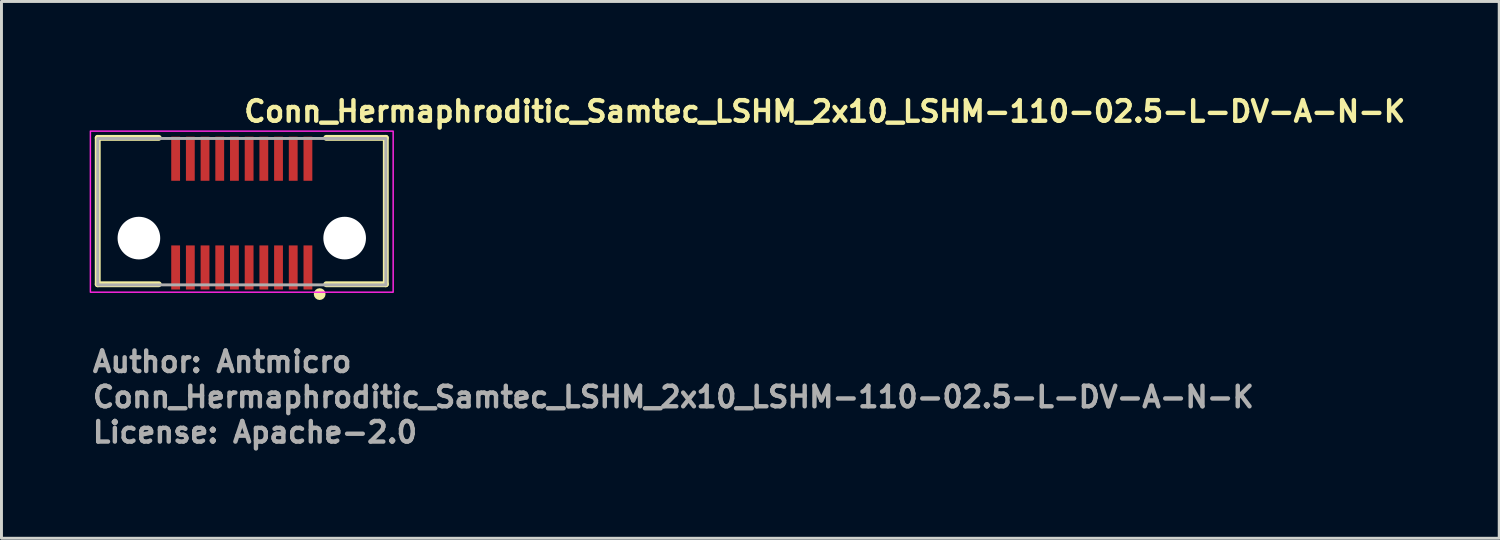
<source format=kicad_pcb>
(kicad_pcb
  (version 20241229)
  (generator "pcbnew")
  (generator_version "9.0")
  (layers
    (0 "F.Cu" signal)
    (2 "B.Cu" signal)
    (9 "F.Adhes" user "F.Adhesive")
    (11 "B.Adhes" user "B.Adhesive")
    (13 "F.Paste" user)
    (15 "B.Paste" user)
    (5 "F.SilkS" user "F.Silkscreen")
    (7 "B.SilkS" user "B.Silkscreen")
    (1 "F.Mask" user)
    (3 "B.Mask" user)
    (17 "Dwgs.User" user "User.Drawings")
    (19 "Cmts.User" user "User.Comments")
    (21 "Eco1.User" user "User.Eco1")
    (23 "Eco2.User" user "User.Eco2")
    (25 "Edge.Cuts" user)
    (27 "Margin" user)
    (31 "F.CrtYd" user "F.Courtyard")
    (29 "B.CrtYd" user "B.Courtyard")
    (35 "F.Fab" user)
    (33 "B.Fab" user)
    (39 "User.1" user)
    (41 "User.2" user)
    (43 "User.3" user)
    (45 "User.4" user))
  (footprint "Conn_Hermaphroditic_Samtec_LSHM_2x10_LSHM-110-02.5-L-DV-A-N-K"
    (layer "F.Cu")
    (at 5.175 4.15)
    (property "Reference" "Conn_Hermaphroditic_Samtec_LSHM_2x10_LSHM-110-02.5-L-DV-A-N-K" (at 0 -3 0) (layer "F.SilkS") (effects (font (size 0.7 0.7) (thickness 0.15)) (justify left bottom)))
    (attr smd)
    (fp_line (start -4.9 -2.51) (end -4.9 2.47) (stroke (width 0.2) (type solid)) (layer "F.SilkS"))
    (fp_line (start -4.9 -2.51) (end -2.825 -2.51) (stroke (width 0.2) (type solid)) (layer "F.SilkS"))
    (fp_line (start -4.9 2.47) (end -2.825 2.47) (stroke (width 0.2) (type solid)) (layer "F.SilkS"))
    (fp_line (start 2.875 -2.51) (end 4.9 -2.51) (stroke (width 0.2) (type solid)) (layer "F.SilkS"))
    (fp_line (start 2.875 2.47) (end 4.9 2.47) (stroke (width 0.2) (type solid)) (layer "F.SilkS"))
    (fp_line (start 4.9 2.47) (end 4.9 -2.51) (stroke (width 0.2) (type solid)) (layer "F.SilkS"))
    (fp_circle (center 2.65 2.805) (end 2.75 2.805) (stroke (width 0.2) (type solid)) (fill no) (layer "F.SilkS"))
    (fp_rect (start -5.15 -2.74) (end 5.15 2.74) (stroke (width 0.05) (type solid)) (fill no) (layer "F.CrtYd"))
    (fp_rect (start -4.9 -2.49) (end 4.9 2.49) (stroke (width 0.1) (type solid)) (fill no) (layer "F.Fab"))
    (fp_rect (start -4.9 -2.49) (end 4.9 2.49) (stroke (width 0.1) (type solid)) (fill no) (layer "User.5"))
    (fp_line (start -4.9 -1.44) (end -4.9 -1.84) (stroke (width 0.02) (type solid)) (layer "User.9"))
    (fp_line (start -4.9 1.84) (end -4.9 1.44) (stroke (width 0.02) (type solid)) (layer "User.9"))
    (fp_line (start -4.9 1.84) (end -4.849 1.84) (stroke (width 0.02) (type solid)) (layer "User.9"))
    (fp_line (start -4.849 -1.84) (end -4.9 -1.84) (stroke (width 0.02) (type solid)) (layer "User.9"))
    (fp_line (start -4.849 -1.84) (end -4.849 -0.1) (stroke (width 0.02) (type solid)) (layer "User.9"))
    (fp_line (start -4.849 -1.44) (end -4.9 -1.44) (stroke (width 0.02) (type solid)) (layer "User.9"))
    (fp_line (start -4.849 -0.1) (end -4.5 -0.1) (stroke (width 0.02) (type solid)) (layer "User.9"))
    (fp_line (start -4.849 1.44) (end -4.9 1.44) (stroke (width 0.02) (type solid)) (layer "User.9"))
    (fp_line (start -4.849 1.44) (end -4.849 -0.1) (stroke (width 0.02) (type solid)) (layer "User.9"))
    (fp_line (start -4.7 -0.1) (end -4.7 1.99) (stroke (width 0.02) (type solid)) (layer "User.9"))
    (fp_line (start -4.7 1.99) (end -4.849 1.84) (stroke (width 0.02) (type solid)) (layer "User.9"))
    (fp_line (start -4.7 1.99) (end -4.6 2.09) (stroke (width 0.02) (type solid)) (layer "User.9"))
    (fp_line (start -4.6 2.09) (end -4.45 2.24) (stroke (width 0.02) (type solid)) (layer "User.9"))
    (fp_line (start -4.5 -0.1) (end -4.35 -0.25) (stroke (width 0.02) (type solid)) (layer "User.9"))
    (fp_line (start -4.45 -2.34) (end -4.45 -2.24) (stroke (width 0.02) (type solid)) (layer "User.9"))
    (fp_line (start -4.45 -2.24) (end -4.849 -1.84) (stroke (width 0.02) (type solid)) (layer "User.9"))
    (fp_line (start -4.45 2.24) (end -4.45 2.34) (stroke (width 0.02) (type solid)) (layer "User.9"))
    (fp_line (start -4.45 2.34) (end -4.25 2.34) (stroke (width 0.02) (type solid)) (layer "User.9"))
    (fp_line (start -4.35 -0.9) (end -3.865 -0.9) (stroke (width 0.02) (type solid)) (layer "User.9"))
    (fp_line (start -4.35 -0.25) (end -4.35 -0.9) (stroke (width 0.02) (type solid)) (layer "User.9"))
    (fp_line (start -4.3 0.15) (end -4.3 0.8) (stroke (width 0.02) (type solid)) (layer "User.9"))
    (fp_line (start -4.3 0.8) (end -3.825 0.8) (stroke (width 0.02) (type solid)) (layer "User.9"))
    (fp_line (start -4.25 2.09) (end -4.6 2.09) (stroke (width 0.02) (type solid)) (layer "User.9"))
    (fp_line (start -4.25 2.09) (end -4.25 2.39) (stroke (width 0.02) (type solid)) (layer "User.9"))
    (fp_line (start -4.15 0) (end -4.3 0.15) (stroke (width 0.02) (type solid)) (layer "User.9"))
    (fp_line (start -4.049 -2.34) (end -4.45 -2.34) (stroke (width 0.02) (type solid)) (layer "User.9"))
    (fp_line (start -4.049 -2.34) (end -4.049 -2.24) (stroke (width 0.02) (type solid)) (layer "User.9"))
    (fp_line (start -3.865 -1.5) (end -3.035 -1.5) (stroke (width 0.02) (type solid)) (layer "User.9"))
    (fp_line (start -3.865 -0.9) (end -3.865 -1.5) (stroke (width 0.02) (type solid)) (layer "User.9"))
    (fp_line (start -3.85 2.09) (end -4.25 2.09) (stroke (width 0.02) (type solid)) (layer "User.9"))
    (fp_line (start -3.85 2.09) (end -3.85 2.39) (stroke (width 0.02) (type solid)) (layer "User.9"))
    (fp_line (start -3.85 2.39) (end -4.25 2.39) (stroke (width 0.02) (type solid)) (layer "User.9"))
    (fp_line (start -3.825 0.8) (end -3.825 1.399) (stroke (width 0.02) (type solid)) (layer "User.9"))
    (fp_line (start -3.825 1.399) (end -3.075 1.399) (stroke (width 0.02) (type solid)) (layer "User.9"))
    (fp_line (start -3.4 -2.24) (end -3.4 -2.49) (stroke (width 0.02) (type solid)) (layer "User.9"))
    (fp_line (start -3.4 2.49) (end -3.4 2.24) (stroke (width 0.02) (type solid)) (layer "User.9"))
    (fp_line (start -3.2 -2.49) (end -3.4 -2.49) (stroke (width 0.02) (type solid)) (layer "User.9"))
    (fp_line (start -3.2 -2.24) (end -3.2 -2.49) (stroke (width 0.02) (type solid)) (layer "User.9"))
    (fp_line (start -3.2 2.49) (end -3.4 2.49) (stroke (width 0.02) (type solid)) (layer "User.9"))
    (fp_line (start -3.2 2.49) (end -3.2 2.24) (stroke (width 0.02) (type solid)) (layer "User.9"))
    (fp_line (start -3.075 0.8) (end -2.7 0.8) (stroke (width 0.02) (type solid)) (layer "User.9"))
    (fp_line (start -3.075 1.399) (end -3.075 0.8) (stroke (width 0.02) (type solid)) (layer "User.9"))
    (fp_line (start -3.035 -1.5) (end -3.035 -0.9) (stroke (width 0.02) (type solid)) (layer "User.9"))
    (fp_line (start -3.035 -0.9) (end -2.384 -0.9) (stroke (width 0.02) (type solid)) (layer "User.9"))
    (fp_line (start -2.7 -2.49) (end -3.2 -2.49) (stroke (width 0.02) (type solid)) (layer "User.9"))
    (fp_line (start -2.7 -2.24) (end -2.7 -2.49) (stroke (width 0.02) (type solid)) (layer "User.9"))
    (fp_line (start -2.7 0.54) (end -2.7 0.8) (stroke (width 0.02) (type solid)) (layer "User.9"))
    (fp_line (start -2.7 2.49) (end -3.2 2.49) (stroke (width 0.02) (type solid)) (layer "User.9"))
    (fp_line (start -2.7 2.49) (end -2.7 2.24) (stroke (width 0.02) (type solid)) (layer "User.9"))
    (fp_line (start -2.384 -1.45) (end -2.384 -0.9) (stroke (width 0.02) (type solid)) (layer "User.9"))
    (fp_line (start -2.384 -0.9) (end -2.384 -0.65) (stroke (width 0.02) (type solid)) (layer "User.9"))
    (fp_line (start -2.384 -0.9) (end -2.35 -0.9) (stroke (width 0.02) (type solid)) (layer "User.9"))
    (fp_line (start -2.384 -0.65) (end -2.115 -0.65) (stroke (width 0.02) (type solid)) (layer "User.9"))
    (fp_line (start -2.384 0.545) (end -2.115 0.545) (stroke (width 0.02) (type solid)) (layer "User.9"))
    (fp_line (start -2.384 0.8) (end -2.7 0.8) (stroke (width 0.02) (type solid)) (layer "User.9"))
    (fp_line (start -2.384 0.8) (end -2.384 0.545) (stroke (width 0.02) (type solid)) (layer "User.9"))
    (fp_line (start -2.384 0.8) (end -2.384 1.25) (stroke (width 0.02) (type solid)) (layer "User.9"))
    (fp_line (start -2.384 0.8) (end -2.35 0.8) (stroke (width 0.02) (type solid)) (layer "User.9"))
    (fp_line (start -2.384 1.25) (end -2.35 1.25) (stroke (width 0.02) (type solid)) (layer "User.9"))
    (fp_line (start -2.35 -2.3) (end -2.35 -2.25) (stroke (width 0.02) (type solid)) (layer "User.9"))
    (fp_line (start -2.35 -2.25) (end -2.35 -2.24) (stroke (width 0.02) (type solid)) (layer "User.9"))
    (fp_line (start -2.35 -1.17) (end -2.35 -0.814) (stroke (width 0.02) (type solid)) (layer "User.9"))
    (fp_line (start -2.35 -0.814) (end -2.35 -0.67) (stroke (width 0.02) (type solid)) (layer "User.9"))
    (fp_line (start -2.35 -0.67) (end -2.35 -0.65) (stroke (width 0.02) (type solid)) (layer "User.9"))
    (fp_line (start -2.35 0.545) (end -2.35 0.722) (stroke (width 0.02) (type solid)) (layer "User.9"))
    (fp_line (start -2.35 0.722) (end -2.35 0.87) (stroke (width 0.02) (type solid)) (layer "User.9"))
    (fp_line (start -2.35 0.87) (end -2.35 1.2) (stroke (width 0.02) (type solid)) (layer "User.9"))
    (fp_line (start -2.35 1.2) (end -2.35 1.3) (stroke (width 0.02) (type solid)) (layer "User.9"))
    (fp_line (start -2.35 2.24) (end -2.35 2.25) (stroke (width 0.02) (type solid)) (layer "User.9"))
    (fp_line (start -2.35 2.25) (end -2.35 2.3) (stroke (width 0.02) (type solid)) (layer "User.9"))
    (fp_line (start -2.15 -2.3) (end -2.35 -2.3) (stroke (width 0.02) (type solid)) (layer "User.9"))
    (fp_line (start -2.15 -2.25) (end -2.15 -2.3) (stroke (width 0.02) (type solid)) (layer "User.9"))
    (fp_line (start -2.15 -2.24) (end -2.15 -2.25) (stroke (width 0.02) (type solid)) (layer "User.9"))
    (fp_line (start -2.15 -1.17) (end -2.35 -1.17) (stroke (width 0.02) (type solid)) (layer "User.9"))
    (fp_line (start -2.15 -0.9) (end -2.115 -0.9) (stroke (width 0.02) (type solid)) (layer "User.9"))
    (fp_line (start -2.15 -0.814) (end -2.35 -0.814) (stroke (width 0.02) (type solid)) (layer "User.9"))
    (fp_line (start -2.15 -0.814) (end -2.15 -1.17) (stroke (width 0.02) (type solid)) (layer "User.9"))
    (fp_line (start -2.15 -0.67) (end -2.35 -0.67) (stroke (width 0.02) (type solid)) (layer "User.9"))
    (fp_line (start -2.15 -0.67) (end -2.15 -0.814) (stroke (width 0.02) (type solid)) (layer "User.9"))
    (fp_line (start -2.15 -0.65) (end -2.15 -0.67) (stroke (width 0.02) (type solid)) (layer "User.9"))
    (fp_line (start -2.15 0.545) (end -2.15 0.722) (stroke (width 0.02) (type solid)) (layer "User.9"))
    (fp_line (start -2.15 0.722) (end -2.35 0.722) (stroke (width 0.02) (type solid)) (layer "User.9"))
    (fp_line (start -2.15 0.722) (end -2.15 0.87) (stroke (width 0.02) (type solid)) (layer "User.9"))
    (fp_line (start -2.15 0.8) (end -2.115 0.8) (stroke (width 0.02) (type solid)) (layer "User.9"))
    (fp_line (start -2.15 0.87) (end -2.35 0.87) (stroke (width 0.02) (type solid)) (layer "User.9"))
    (fp_line (start -2.15 0.87) (end -2.15 1.2) (stroke (width 0.02) (type solid)) (layer "User.9"))
    (fp_line (start -2.15 1.2) (end -2.15 1.3) (stroke (width 0.02) (type solid)) (layer "User.9"))
    (fp_line (start -2.15 1.25) (end -2.115 1.25) (stroke (width 0.02) (type solid)) (layer "User.9"))
    (fp_line (start -2.15 2.24) (end -2.15 2.25) (stroke (width 0.02) (type solid)) (layer "User.9"))
    (fp_line (start -2.15 2.25) (end -2.15 2.3) (stroke (width 0.02) (type solid)) (layer "User.9"))
    (fp_line (start -2.15 2.3) (end -2.35 2.3) (stroke (width 0.02) (type solid)) (layer "User.9"))
    (fp_line (start -2.115 -1.45) (end -2.384 -1.45) (stroke (width 0.02) (type solid)) (layer "User.9"))
    (fp_line (start -2.115 -0.9) (end -2.115 -1.45) (stroke (width 0.02) (type solid)) (layer "User.9"))
    (fp_line (start -2.115 -0.9) (end -1.885 -0.9) (stroke (width 0.02) (type solid)) (layer "User.9"))
    (fp_line (start -2.115 -0.65) (end -2.115 -0.9) (stroke (width 0.02) (type solid)) (layer "User.9"))
    (fp_line (start -2.115 0.545) (end -2.115 0.8) (stroke (width 0.02) (type solid)) (layer "User.9"))
    (fp_line (start -2.115 1.25) (end -2.115 0.8) (stroke (width 0.02) (type solid)) (layer "User.9"))
    (fp_line (start -2 -2.24) (end -4.45 -2.24) (stroke (width 0.02) (type solid)) (layer "User.9"))
    (fp_line (start -2 -2.24) (end -2 -1.96) (stroke (width 0.02) (type solid)) (layer "User.9"))
    (fp_line (start -2 -1.96) (end -0.5 -1.96) (stroke (width 0.02) (type solid)) (layer "User.9"))
    (fp_line (start -2 0) (end -4.15 0) (stroke (width 0.02) (type solid)) (layer "User.9"))
    (fp_line (start -2 0) (end -2 0.2) (stroke (width 0.02) (type solid)) (layer "User.9"))
    (fp_line (start -2 0.2) (end -1.732 0.2) (stroke (width 0.02) (type solid)) (layer "User.9"))
    (fp_line (start -2 1.96) (end -2 2.09) (stroke (width 0.02) (type solid)) (layer "User.9"))
    (fp_line (start -2 2.09) (end -3.85 2.09) (stroke (width 0.02) (type solid)) (layer "User.9"))
    (fp_line (start -2 2.24) (end -3.85 2.24) (stroke (width 0.02) (type solid)) (layer "User.9"))
    (fp_line (start -2 2.24) (end -2 2.09) (stroke (width 0.02) (type solid)) (layer "User.9"))
    (fp_line (start -2 2.24) (end -0.5 2.24) (stroke (width 0.02) (type solid)) (layer "User.9"))
    (fp_line (start -1.885 -1.45) (end -1.885 -0.9) (stroke (width 0.02) (type solid)) (layer "User.9"))
    (fp_line (start -1.885 -0.9) (end -1.885 -0.65) (stroke (width 0.02) (type solid)) (layer "User.9"))
    (fp_line (start -1.885 -0.9) (end -1.85 -0.9) (stroke (width 0.02) (type solid)) (layer "User.9"))
    (fp_line (start -1.885 -0.65) (end -1.643 -0.65) (stroke (width 0.02) (type solid)) (layer "User.9"))
    (fp_line (start -1.885 0.545) (end -1.645 0.545) (stroke (width 0.02) (type solid)) (layer "User.9"))
    (fp_line (start -1.885 0.8) (end -2.115 0.8) (stroke (width 0.02) (type solid)) (layer "User.9"))
    (fp_line (start -1.885 0.8) (end -1.885 0.545) (stroke (width 0.02) (type solid)) (layer "User.9"))
    (fp_line (start -1.885 0.8) (end -1.885 1.25) (stroke (width 0.02) (type solid)) (layer "User.9"))
    (fp_line (start -1.885 0.8) (end -1.85 0.8) (stroke (width 0.02) (type solid)) (layer "User.9"))
    (fp_line (start -1.885 1.25) (end -1.85 1.25) (stroke (width 0.02) (type solid)) (layer "User.9"))
    (fp_line (start -1.85 -2.3) (end -1.85 -2.25) (stroke (width 0.02) (type solid)) (layer "User.9"))
    (fp_line (start -1.85 -2.25) (end -1.85 -2.05) (stroke (width 0.02) (type solid)) (layer "User.9"))
    (fp_line (start -1.85 -2) (end -1.85 -2.05) (stroke (width 0.02) (type solid)) (layer "User.9"))
    (fp_line (start -1.85 -1.17) (end -1.85 -0.814) (stroke (width 0.02) (type solid)) (layer "User.9"))
    (fp_line (start -1.85 -0.814) (end -1.85 -0.67) (stroke (width 0.02) (type solid)) (layer "User.9"))
    (fp_line (start -1.85 -0.67) (end -1.85 -0.65) (stroke (width 0.02) (type solid)) (layer "User.9"))
    (fp_line (start -1.85 0.722) (end -1.85 0.545) (stroke (width 0.02) (type solid)) (layer "User.9"))
    (fp_line (start -1.85 0.87) (end -1.85 0.722) (stroke (width 0.02) (type solid)) (layer "User.9"))
    (fp_line (start -1.85 1.2) (end -1.85 0.87) (stroke (width 0.02) (type solid)) (layer "User.9"))
    (fp_line (start -1.85 1.3) (end -1.85 1.2) (stroke (width 0.02) (type solid)) (layer "User.9"))
    (fp_line (start -1.85 2.25) (end -1.85 2.24) (stroke (width 0.02) (type solid)) (layer "User.9"))
    (fp_line (start -1.85 2.3) (end -1.85 2.25) (stroke (width 0.02) (type solid)) (layer "User.9"))
    (fp_line (start -1.75 -0.05) (end -1.75 -0.05) (stroke (width 0.02) (type solid)) (layer "User.9"))
    (fp_line (start -1.75 -0.05) (end -1.747 0.04) (stroke (width 0.02) (type solid)) (layer "User.9"))
    (fp_line (start -1.747 -0.14) (end -1.75 -0.05) (stroke (width 0.02) (type solid)) (layer "User.9"))
    (fp_line (start -1.747 0.04) (end -1.74 0.128) (stroke (width 0.02) (type solid)) (layer "User.9"))
    (fp_line (start -1.74 -0.228) (end -1.747 -0.14) (stroke (width 0.02) (type solid)) (layer "User.9"))
    (fp_line (start -1.74 0.128) (end -1.729 0.216) (stroke (width 0.02) (type solid)) (layer "User.9"))
    (fp_line (start -1.729 -0.316) (end -1.74 -0.228) (stroke (width 0.02) (type solid)) (layer "User.9"))
    (fp_line (start -1.729 0.216) (end -1.714 0.302) (stroke (width 0.02) (type solid)) (layer "User.9"))
    (fp_line (start -1.714 -0.402) (end -1.729 -0.316) (stroke (width 0.02) (type solid)) (layer "User.9"))
    (fp_line (start -1.714 0.302) (end -1.694 0.387) (stroke (width 0.02) (type solid)) (layer "User.9"))
    (fp_line (start -1.694 -0.487) (end -1.714 -0.402) (stroke (width 0.02) (type solid)) (layer "User.9"))
    (fp_line (start -1.694 0.387) (end -1.671 0.47) (stroke (width 0.02) (type solid)) (layer "User.9"))
    (fp_line (start -1.671 -0.57) (end -1.694 -0.487) (stroke (width 0.02) (type solid)) (layer "User.9"))
    (fp_line (start -1.671 0.47) (end -1.643 0.551) (stroke (width 0.02) (type solid)) (layer "User.9"))
    (fp_line (start -1.649 -2.3) (end -1.85 -2.3) (stroke (width 0.02) (type solid)) (layer "User.9"))
    (fp_line (start -1.649 -2.25) (end -1.649 -2.3) (stroke (width 0.02) (type solid)) (layer "User.9"))
    (fp_line (start -1.649 -2.05) (end -1.649 -2.25) (stroke (width 0.02) (type solid)) (layer "User.9"))
    (fp_line (start -1.649 -2.05) (end -1.649 -2) (stroke (width 0.02) (type solid)) (layer "User.9"))
    (fp_line (start -1.649 -1.17) (end -1.85 -1.17) (stroke (width 0.02) (type solid)) (layer "User.9"))
    (fp_line (start -1.649 -0.9) (end -1.615 -0.9) (stroke (width 0.02) (type solid)) (layer "User.9"))
    (fp_line (start -1.649 -0.814) (end -1.85 -0.814) (stroke (width 0.02) (type solid)) (layer "User.9"))
    (fp_line (start -1.649 -0.814) (end -1.649 -1.17) (stroke (width 0.02) (type solid)) (layer "User.9"))
    (fp_line (start -1.649 -0.67) (end -1.85 -0.67) (stroke (width 0.02) (type solid)) (layer "User.9"))
    (fp_line (start -1.649 -0.67) (end -1.649 -0.814) (stroke (width 0.02) (type solid)) (layer "User.9"))
    (fp_line (start -1.649 -0.65) (end -1.649 -0.67) (stroke (width 0.02) (type solid)) (layer "User.9"))
    (fp_line (start -1.649 0.545) (end -1.649 0.722) (stroke (width 0.02) (type solid)) (layer "User.9"))
    (fp_line (start -1.649 0.722) (end -1.85 0.722) (stroke (width 0.02) (type solid)) (layer "User.9"))
    (fp_line (start -1.649 0.722) (end -1.649 0.87) (stroke (width 0.02) (type solid)) (layer "User.9"))
    (fp_line (start -1.649 0.8) (end -1.615 0.8) (stroke (width 0.02) (type solid)) (layer "User.9"))
    (fp_line (start -1.649 0.87) (end -1.85 0.87) (stroke (width 0.02) (type solid)) (layer "User.9"))
    (fp_line (start -1.649 0.87) (end -1.649 1.2) (stroke (width 0.02) (type solid)) (layer "User.9"))
    (fp_line (start -1.649 1.2) (end -1.649 1.3) (stroke (width 0.02) (type solid)) (layer "User.9"))
    (fp_line (start -1.649 1.25) (end -1.615 1.25) (stroke (width 0.02) (type solid)) (layer "User.9"))
    (fp_line (start -1.649 2.24) (end -1.649 2.25) (stroke (width 0.02) (type solid)) (layer "User.9"))
    (fp_line (start -1.649 2.25) (end -1.649 2.3) (stroke (width 0.02) (type solid)) (layer "User.9"))
    (fp_line (start -1.649 2.3) (end -1.85 2.3) (stroke (width 0.02) (type solid)) (layer "User.9"))
    (fp_line (start -1.647 0.54) (end -2.7 0.54) (stroke (width 0.02) (type solid)) (layer "User.9"))
    (fp_line (start -1.643 -0.651) (end -1.671 -0.57) (stroke (width 0.02) (type solid)) (layer "User.9"))
    (fp_line (start -1.643 0.551) (end -1.612 0.631) (stroke (width 0.02) (type solid)) (layer "User.9"))
    (fp_line (start -1.615 -1.45) (end -1.885 -1.45) (stroke (width 0.02) (type solid)) (layer "User.9"))
    (fp_line (start -1.615 -0.9) (end -1.615 -1.45) (stroke (width 0.02) (type solid)) (layer "User.9"))
    (fp_line (start -1.615 -0.9) (end -1.529 -0.9) (stroke (width 0.02) (type solid)) (layer "User.9"))
    (fp_line (start -1.615 -0.723) (end -1.615 -0.9) (stroke (width 0.02) (type solid)) (layer "User.9"))
    (fp_line (start -1.615 0.623) (end -1.615 0.8) (stroke (width 0.02) (type solid)) (layer "User.9"))
    (fp_line (start -1.615 1.25) (end -1.615 0.8) (stroke (width 0.02) (type solid)) (layer "User.9"))
    (fp_line (start -1.612 -0.731) (end -1.643 -0.651) (stroke (width 0.02) (type solid)) (layer "User.9"))
    (fp_line (start -1.612 0.631) (end -1.577 0.708) (stroke (width 0.02) (type solid)) (layer "User.9"))
    (fp_line (start -1.577 -0.808) (end -1.612 -0.731) (stroke (width 0.02) (type solid)) (layer "User.9"))
    (fp_line (start -1.577 0.708) (end -1.538 0.784) (stroke (width 0.02) (type solid)) (layer "User.9"))
    (fp_line (start -1.538 -0.884) (end -1.577 -0.808) (stroke (width 0.02) (type solid)) (layer "User.9"))
    (fp_line (start -1.538 0.784) (end -1.496 0.857) (stroke (width 0.02) (type solid)) (layer "User.9"))
    (fp_line (start -1.529 0.8) (end -1.615 0.8) (stroke (width 0.02) (type solid)) (layer "User.9"))
    (fp_line (start -1.496 -0.957) (end -1.538 -0.884) (stroke (width 0.02) (type solid)) (layer "User.9"))
    (fp_line (start -1.496 0.857) (end -1.451 0.928) (stroke (width 0.02) (type solid)) (layer "User.9"))
    (fp_line (start -1.451 -1.028) (end -1.496 -0.957) (stroke (width 0.02) (type solid)) (layer "User.9"))
    (fp_line (start -1.451 0.928) (end -1.402 0.997) (stroke (width 0.02) (type solid)) (layer "User.9"))
    (fp_line (start -1.402 -1.097) (end -1.451 -1.028) (stroke (width 0.02) (type solid)) (layer "User.9"))
    (fp_line (start -1.402 0.997) (end -1.35 1.063) (stroke (width 0.02) (type solid)) (layer "User.9"))
    (fp_line (start -1.385 -1.45) (end -1.385 -1.119) (stroke (width 0.02) (type solid)) (layer "User.9"))
    (fp_line (start -1.385 1.019) (end -1.385 1.25) (stroke (width 0.02) (type solid)) (layer "User.9"))
    (fp_line (start -1.385 1.25) (end -1.35 1.25) (stroke (width 0.02) (type solid)) (layer "User.9"))
    (fp_line (start -1.35 -2.3) (end -1.35 -2.25) (stroke (width 0.02) (type solid)) (layer "User.9"))
    (fp_line (start -1.35 -2.25) (end -1.35 -2.05) (stroke (width 0.02) (type solid)) (layer "User.9"))
    (fp_line (start -1.35 -2) (end -1.35 -2.05) (stroke (width 0.02) (type solid)) (layer "User.9"))
    (fp_line (start -1.35 -1.17) (end -1.35 -1.163) (stroke (width 0.02) (type solid)) (layer "User.9"))
    (fp_line (start -1.35 -1.163) (end -1.402 -1.097) (stroke (width 0.02) (type solid)) (layer "User.9"))
    (fp_line (start -1.35 1.063) (end -1.295 1.126) (stroke (width 0.02) (type solid)) (layer "User.9"))
    (fp_line (start -1.35 1.2) (end -1.35 1.063) (stroke (width 0.02) (type solid)) (layer "User.9"))
    (fp_line (start -1.35 1.3) (end -1.35 1.2) (stroke (width 0.02) (type solid)) (layer "User.9"))
    (fp_line (start -1.35 2.25) (end -1.35 2.24) (stroke (width 0.02) (type solid)) (layer "User.9"))
    (fp_line (start -1.35 2.3) (end -1.35 2.25) (stroke (width 0.02) (type solid)) (layer "User.9"))
    (fp_line (start -1.344 -1.17) (end -1.35 -1.17) (stroke (width 0.02) (type solid)) (layer "User.9"))
    (fp_line (start -1.295 -1.226) (end -1.35 -1.163) (stroke (width 0.02) (type solid)) (layer "User.9"))
    (fp_line (start -1.295 1.126) (end -1.237 1.187) (stroke (width 0.02) (type solid)) (layer "User.9"))
    (fp_line (start -1.237 -1.287) (end -1.295 -1.226) (stroke (width 0.02) (type solid)) (layer "User.9"))
    (fp_line (start -1.237 1.187) (end -1.176 1.245) (stroke (width 0.02) (type solid)) (layer "User.9"))
    (fp_line (start -1.176 -1.345) (end -1.237 -1.287) (stroke (width 0.02) (type solid)) (layer "User.9"))
    (fp_line (start -1.176 1.245) (end -1.113 1.3) (stroke (width 0.02) (type solid)) (layer "User.9"))
    (fp_line (start -1.15 -2.3) (end -1.35 -2.3) (stroke (width 0.02) (type solid)) (layer "User.9"))
    (fp_line (start -1.15 -2.25) (end -1.15 -2.3) (stroke (width 0.02) (type solid)) (layer "User.9"))
    (fp_line (start -1.15 -2.05) (end -1.15 -2.25) (stroke (width 0.02) (type solid)) (layer "User.9"))
    (fp_line (start -1.15 -2.05) (end -1.15 -2) (stroke (width 0.02) (type solid)) (layer "User.9"))
    (fp_line (start -1.15 1.269) (end -1.15 1.3) (stroke (width 0.02) (type solid)) (layer "User.9"))
    (fp_line (start -1.15 2.24) (end -1.15 2.25) (stroke (width 0.02) (type solid)) (layer "User.9"))
    (fp_line (start -1.15 2.25) (end -1.15 2.3) (stroke (width 0.02) (type solid)) (layer "User.9"))
    (fp_line (start -1.15 2.3) (end -1.35 2.3) (stroke (width 0.02) (type solid)) (layer "User.9"))
    (fp_line (start -1.115 -1.45) (end -1.385 -1.45) (stroke (width 0.02) (type solid)) (layer "User.9"))
    (fp_line (start -1.115 -1.398) (end -1.115 -1.45) (stroke (width 0.02) (type solid)) (layer "User.9"))
    (fp_line (start -1.113 -1.4) (end -1.176 -1.345) (stroke (width 0.02) (type solid)) (layer "User.9"))
    (fp_line (start -1.113 1.3) (end -1.047 1.352) (stroke (width 0.02) (type solid)) (layer "User.9"))
    (fp_line (start -1.047 -1.452) (end -1.113 -1.4) (stroke (width 0.02) (type solid)) (layer "User.9"))
    (fp_line (start -1.047 1.352) (end -0.978 1.401) (stroke (width 0.02) (type solid)) (layer "User.9"))
    (fp_line (start -0.978 -1.501) (end -1.047 -1.452) (stroke (width 0.02) (type solid)) (layer "User.9"))
    (fp_line (start -0.978 1.401) (end -0.907 1.446) (stroke (width 0.02) (type solid)) (layer "User.9"))
    (fp_line (start -0.907 -1.546) (end -0.978 -1.501) (stroke (width 0.02) (type solid)) (layer "User.9"))
    (fp_line (start -0.907 1.446) (end -0.834 1.488) (stroke (width 0.02) (type solid)) (layer "User.9"))
    (fp_line (start -0.85 -2.3) (end -0.85 -2.25) (stroke (width 0.02) (type solid)) (layer "User.9"))
    (fp_line (start -0.85 -2.25) (end -0.85 -2.05) (stroke (width 0.02) (type solid)) (layer "User.9"))
    (fp_line (start -0.85 -2) (end -0.85 -2.05) (stroke (width 0.02) (type solid)) (layer "User.9"))
    (fp_line (start -0.85 2.25) (end -0.85 2.24) (stroke (width 0.02) (type solid)) (layer "User.9"))
    (fp_line (start -0.85 2.3) (end -0.85 2.25) (stroke (width 0.02) (type solid)) (layer "User.9"))
    (fp_line (start -0.834 -1.588) (end -0.907 -1.546) (stroke (width 0.02) (type solid)) (layer "User.9"))
    (fp_line (start -0.834 1.488) (end -0.758 1.527) (stroke (width 0.02) (type solid)) (layer "User.9"))
    (fp_line (start -0.758 -1.627) (end -0.834 -1.588) (stroke (width 0.02) (type solid)) (layer "User.9"))
    (fp_line (start -0.758 1.527) (end -0.681 1.562) (stroke (width 0.02) (type solid)) (layer "User.9"))
    (fp_line (start -0.681 -1.662) (end -0.758 -1.627) (stroke (width 0.02) (type solid)) (layer "User.9"))
    (fp_line (start -0.681 1.562) (end -0.601 1.593) (stroke (width 0.02) (type solid)) (layer "User.9"))
    (fp_line (start -0.65 -2.3) (end -0.85 -2.3) (stroke (width 0.02) (type solid)) (layer "User.9"))
    (fp_line (start -0.65 -2.25) (end -0.65 -2.3) (stroke (width 0.02) (type solid)) (layer "User.9"))
    (fp_line (start -0.65 -2.05) (end -0.65 -2.25) (stroke (width 0.02) (type solid)) (layer "User.9"))
    (fp_line (start -0.65 -2.05) (end -0.65 -2) (stroke (width 0.02) (type solid)) (layer "User.9"))
    (fp_line (start -0.65 2.24) (end -0.65 2.25) (stroke (width 0.02) (type solid)) (layer "User.9"))
    (fp_line (start -0.65 2.25) (end -0.65 2.3) (stroke (width 0.02) (type solid)) (layer "User.9"))
    (fp_line (start -0.65 2.3) (end -0.85 2.3) (stroke (width 0.02) (type solid)) (layer "User.9"))
    (fp_line (start -0.601 -1.693) (end -0.681 -1.662) (stroke (width 0.02) (type solid)) (layer "User.9"))
    (fp_line (start -0.601 1.593) (end -0.52 1.621) (stroke (width 0.02) (type solid)) (layer "User.9"))
    (fp_line (start -0.52 -1.721) (end -0.601 -1.693) (stroke (width 0.02) (type solid)) (layer "User.9"))
    (fp_line (start -0.52 1.621) (end -0.437 1.644) (stroke (width 0.02) (type solid)) (layer "User.9"))
    (fp_line (start -0.5 -2) (end -2 -2) (stroke (width 0.02) (type solid)) (layer "User.9"))
    (fp_line (start -0.5 -1.96) (end -0.5 -2.24) (stroke (width 0.02) (type solid)) (layer "User.9"))
    (fp_line (start -0.5 1.96) (end -2 1.96) (stroke (width 0.02) (type solid)) (layer "User.9"))
    (fp_line (start -0.5 2.09) (end -0.5 1.96) (stroke (width 0.02) (type solid)) (layer "User.9"))
    (fp_line (start -0.5 2.09) (end -0.5 2.24) (stroke (width 0.02) (type solid)) (layer "User.9"))
    (fp_line (start -0.437 -1.744) (end -0.52 -1.721) (stroke (width 0.02) (type solid)) (layer "User.9"))
    (fp_line (start -0.437 1.644) (end -0.352 1.664) (stroke (width 0.02) (type solid)) (layer "User.9"))
    (fp_line (start -0.352 -1.764) (end -0.437 -1.744) (stroke (width 0.02) (type solid)) (layer "User.9"))
    (fp_line (start -0.352 1.664) (end -0.266 1.679) (stroke (width 0.02) (type solid)) (layer "User.9"))
    (fp_line (start -0.349 -2.3) (end -0.349 -2.25) (stroke (width 0.02) (type solid)) (layer "User.9"))
    (fp_line (start -0.349 -2.25) (end -0.349 -2.24) (stroke (width 0.02) (type solid)) (layer "User.9"))
    (fp_line (start -0.349 2.25) (end -0.349 2.24) (stroke (width 0.02) (type solid)) (layer "User.9"))
    (fp_line (start -0.349 2.3) (end -0.349 2.25) (stroke (width 0.02) (type solid)) (layer "User.9"))
    (fp_line (start -0.266 -1.779) (end -0.352 -1.764) (stroke (width 0.02) (type solid)) (layer "User.9"))
    (fp_line (start -0.266 1.679) (end -0.178 1.69) (stroke (width 0.02) (type solid)) (layer "User.9"))
    (fp_line (start -0.178 -1.79) (end -0.266 -1.779) (stroke (width 0.02) (type solid)) (layer "User.9"))
    (fp_line (start -0.178 1.69) (end -0.09 1.697) (stroke (width 0.02) (type solid)) (layer "User.9"))
    (fp_line (start -0.15 -2.3) (end -0.349 -2.3) (stroke (width 0.02) (type solid)) (layer "User.9"))
    (fp_line (start -0.15 -2.25) (end -0.15 -2.3) (stroke (width 0.02) (type solid)) (layer "User.9"))
    (fp_line (start -0.15 -2.24) (end -0.15 -2.25) (stroke (width 0.02) (type solid)) (layer "User.9"))
    (fp_line (start -0.15 2.24) (end -0.15 2.25) (stroke (width 0.02) (type solid)) (layer "User.9"))
    (fp_line (start -0.15 2.25) (end -0.15 2.3) (stroke (width 0.02) (type solid)) (layer "User.9"))
    (fp_line (start -0.15 2.3) (end -0.349 2.3) (stroke (width 0.02) (type solid)) (layer "User.9"))
    (fp_line (start -0.09 -1.797) (end -0.178 -1.79) (stroke (width 0.02) (type solid)) (layer "User.9"))
    (fp_line (start -0.09 1.697) (end 0 1.7) (stroke (width 0.02) (type solid)) (layer "User.9"))
    (fp_line (start 0 -1.8) (end -0.09 -1.797) (stroke (width 0.02) (type solid)) (layer "User.9"))
    (fp_line (start 0 -1.8) (end 0 -1.8) (stroke (width 0.02) (type solid)) (layer "User.9"))
    (fp_line (start 0 1.7) (end 0 1.7) (stroke (width 0.02) (type solid)) (layer "User.9"))
    (fp_line (start 0 1.7) (end 0.09 1.697) (stroke (width 0.02) (type solid)) (layer "User.9"))
    (fp_line (start 0.09 -1.797) (end 0 -1.8) (stroke (width 0.02) (type solid)) (layer "User.9"))
    (fp_line (start 0.09 1.697) (end 0.178 1.69) (stroke (width 0.02) (type solid)) (layer "User.9"))
    (fp_line (start 0.15 -2.3) (end 0.15 -2.25) (stroke (width 0.02) (type solid)) (layer "User.9"))
    (fp_line (start 0.15 -2.25) (end 0.15 -2.24) (stroke (width 0.02) (type solid)) (layer "User.9"))
    (fp_line (start 0.15 2.25) (end 0.15 2.24) (stroke (width 0.02) (type solid)) (layer "User.9"))
    (fp_line (start 0.15 2.3) (end 0.15 2.25) (stroke (width 0.02) (type solid)) (layer "User.9"))
    (fp_line (start 0.178 -1.79) (end 0.09 -1.797) (stroke (width 0.02) (type solid)) (layer "User.9"))
    (fp_line (start 0.178 1.69) (end 0.266 1.679) (stroke (width 0.02) (type solid)) (layer "User.9"))
    (fp_line (start 0.266 -1.779) (end 0.178 -1.79) (stroke (width 0.02) (type solid)) (layer "User.9"))
    (fp_line (start 0.266 1.679) (end 0.352 1.664) (stroke (width 0.02) (type solid)) (layer "User.9"))
    (fp_line (start 0.349 -2.3) (end 0.15 -2.3) (stroke (width 0.02) (type solid)) (layer "User.9"))
    (fp_line (start 0.349 -2.25) (end 0.349 -2.3) (stroke (width 0.02) (type solid)) (layer "User.9"))
    (fp_line (start 0.349 -2.24) (end 0.349 -2.25) (stroke (width 0.02) (type solid)) (layer "User.9"))
    (fp_line (start 0.349 2.24) (end 0.349 2.25) (stroke (width 0.02) (type solid)) (layer "User.9"))
    (fp_line (start 0.349 2.25) (end 0.349 2.3) (stroke (width 0.02) (type solid)) (layer "User.9"))
    (fp_line (start 0.349 2.3) (end 0.15 2.3) (stroke (width 0.02) (type solid)) (layer "User.9"))
    (fp_line (start 0.352 -1.764) (end 0.266 -1.779) (stroke (width 0.02) (type solid)) (layer "User.9"))
    (fp_line (start 0.352 1.664) (end 0.437 1.644) (stroke (width 0.02) (type solid)) (layer "User.9"))
    (fp_line (start 0.437 -1.744) (end 0.352 -1.764) (stroke (width 0.02) (type solid)) (layer "User.9"))
    (fp_line (start 0.437 1.644) (end 0.52 1.621) (stroke (width 0.02) (type solid)) (layer "User.9"))
    (fp_line (start 0.5 -2.24) (end -0.5 -2.24) (stroke (width 0.02) (type solid)) (layer "User.9"))
    (fp_line (start 0.5 -2.24) (end 0.5 -1.96) (stroke (width 0.02) (type solid)) (layer "User.9"))
    (fp_line (start 0.5 -1.96) (end 2 -1.96) (stroke (width 0.02) (type solid)) (layer "User.9"))
    (fp_line (start 0.5 1.96) (end 0.5 2.09) (stroke (width 0.02) (type solid)) (layer "User.9"))
    (fp_line (start 0.5 2.09) (end -0.5 2.09) (stroke (width 0.02) (type solid)) (layer "User.9"))
    (fp_line (start 0.5 2.24) (end -0.5 2.24) (stroke (width 0.02) (type solid)) (layer "User.9"))
    (fp_line (start 0.5 2.24) (end 0.5 2.09) (stroke (width 0.02) (type solid)) (layer "User.9"))
    (fp_line (start 0.5 2.24) (end 2 2.24) (stroke (width 0.02) (type solid)) (layer "User.9"))
    (fp_line (start 0.52 -1.721) (end 0.437 -1.744) (stroke (width 0.02) (type solid)) (layer "User.9"))
    (fp_line (start 0.52 1.621) (end 0.601 1.593) (stroke (width 0.02) (type solid)) (layer "User.9"))
    (fp_line (start 0.601 -1.693) (end 0.52 -1.721) (stroke (width 0.02) (type solid)) (layer "User.9"))
    (fp_line (start 0.601 1.593) (end 0.681 1.562) (stroke (width 0.02) (type solid)) (layer "User.9"))
    (fp_line (start 0.65 -2.3) (end 0.65 -2.25) (stroke (width 0.02) (type solid)) (layer "User.9"))
    (fp_line (start 0.65 -2.25) (end 0.65 -2.05) (stroke (width 0.02) (type solid)) (layer "User.9"))
    (fp_line (start 0.65 -2) (end 0.65 -2.05) (stroke (width 0.02) (type solid)) (layer "User.9"))
    (fp_line (start 0.65 2.25) (end 0.65 2.24) (stroke (width 0.02) (type solid)) (layer "User.9"))
    (fp_line (start 0.65 2.3) (end 0.65 2.25) (stroke (width 0.02) (type solid)) (layer "User.9"))
    (fp_line (start 0.681 -1.662) (end 0.601 -1.693) (stroke (width 0.02) (type solid)) (layer "User.9"))
    (fp_line (start 0.681 1.562) (end 0.758 1.527) (stroke (width 0.02) (type solid)) (layer "User.9"))
    (fp_line (start 0.758 -1.627) (end 0.681 -1.662) (stroke (width 0.02) (type solid)) (layer "User.9"))
    (fp_line (start 0.758 1.527) (end 0.834 1.488) (stroke (width 0.02) (type solid)) (layer "User.9"))
    (fp_line (start 0.834 -1.588) (end 0.758 -1.627) (stroke (width 0.02) (type solid)) (layer "User.9"))
    (fp_line (start 0.834 1.488) (end 0.907 1.446) (stroke (width 0.02) (type solid)) (layer "User.9"))
    (fp_line (start 0.85 -2.3) (end 0.65 -2.3) (stroke (width 0.02) (type solid)) (layer "User.9"))
    (fp_line (start 0.85 -2.25) (end 0.85 -2.3) (stroke (width 0.02) (type solid)) (layer "User.9"))
    (fp_line (start 0.85 -2.05) (end 0.85 -2.25) (stroke (width 0.02) (type solid)) (layer "User.9"))
    (fp_line (start 0.85 -2.05) (end 0.85 -2) (stroke (width 0.02) (type solid)) (layer "User.9"))
    (fp_line (start 0.85 2.24) (end 0.85 2.25) (stroke (width 0.02) (type solid)) (layer "User.9"))
    (fp_line (start 0.85 2.25) (end 0.85 2.3) (stroke (width 0.02) (type solid)) (layer "User.9"))
    (fp_line (start 0.85 2.3) (end 0.65 2.3) (stroke (width 0.02) (type solid)) (layer "User.9"))
    (fp_line (start 0.907 -1.546) (end 0.834 -1.588) (stroke (width 0.02) (type solid)) (layer "User.9"))
    (fp_line (start 0.907 1.446) (end 0.978 1.401) (stroke (width 0.02) (type solid)) (layer "User.9"))
    (fp_line (start 0.978 -1.501) (end 0.907 -1.546) (stroke (width 0.02) (type solid)) (layer "User.9"))
    (fp_line (start 0.978 1.401) (end 1.047 1.352) (stroke (width 0.02) (type solid)) (layer "User.9"))
    (fp_line (start 1.047 -1.452) (end 0.978 -1.501) (stroke (width 0.02) (type solid)) (layer "User.9"))
    (fp_line (start 1.047 1.352) (end 1.113 1.3) (stroke (width 0.02) (type solid)) (layer "User.9"))
    (fp_line (start 1.113 -1.4) (end 1.047 -1.452) (stroke (width 0.02) (type solid)) (layer "User.9"))
    (fp_line (start 1.113 1.3) (end 1.176 1.245) (stroke (width 0.02) (type solid)) (layer "User.9"))
    (fp_line (start 1.115 -1.45) (end 1.115 -1.398) (stroke (width 0.02) (type solid)) (layer "User.9"))
    (fp_line (start 1.15 -2.3) (end 1.15 -2.25) (stroke (width 0.02) (type solid)) (layer "User.9"))
    (fp_line (start 1.15 -2.25) (end 1.15 -2.05) (stroke (width 0.02) (type solid)) (layer "User.9"))
    (fp_line (start 1.15 -2) (end 1.15 -2.05) (stroke (width 0.02) (type solid)) (layer "User.9"))
    (fp_line (start 1.15 1.3) (end 1.15 1.269) (stroke (width 0.02) (type solid)) (layer "User.9"))
    (fp_line (start 1.15 2.25) (end 1.15 2.24) (stroke (width 0.02) (type solid)) (layer "User.9"))
    (fp_line (start 1.15 2.3) (end 1.15 2.25) (stroke (width 0.02) (type solid)) (layer "User.9"))
    (fp_line (start 1.176 -1.345) (end 1.113 -1.4) (stroke (width 0.02) (type solid)) (layer "User.9"))
    (fp_line (start 1.176 1.245) (end 1.237 1.187) (stroke (width 0.02) (type solid)) (layer "User.9"))
    (fp_line (start 1.237 -1.287) (end 1.176 -1.345) (stroke (width 0.02) (type solid)) (layer "User.9"))
    (fp_line (start 1.237 1.187) (end 1.295 1.126) (stroke (width 0.02) (type solid)) (layer "User.9"))
    (fp_line (start 1.295 -1.226) (end 1.237 -1.287) (stroke (width 0.02) (type solid)) (layer "User.9"))
    (fp_line (start 1.295 1.126) (end 1.35 1.063) (stroke (width 0.02) (type solid)) (layer "User.9"))
    (fp_line (start 1.35 -2.3) (end 1.15 -2.3) (stroke (width 0.02) (type solid)) (layer "User.9"))
    (fp_line (start 1.35 -2.25) (end 1.35 -2.3) (stroke (width 0.02) (type solid)) (layer "User.9"))
    (fp_line (start 1.35 -2.05) (end 1.35 -2.25) (stroke (width 0.02) (type solid)) (layer "User.9"))
    (fp_line (start 1.35 -2.05) (end 1.35 -2) (stroke (width 0.02) (type solid)) (layer "User.9"))
    (fp_line (start 1.35 -1.17) (end 1.344 -1.17) (stroke (width 0.02) (type solid)) (layer "User.9"))
    (fp_line (start 1.35 -1.163) (end 1.295 -1.226) (stroke (width 0.02) (type solid)) (layer "User.9"))
    (fp_line (start 1.35 -1.163) (end 1.35 -1.17) (stroke (width 0.02) (type solid)) (layer "User.9"))
    (fp_line (start 1.35 1.063) (end 1.35 1.2) (stroke (width 0.02) (type solid)) (layer "User.9"))
    (fp_line (start 1.35 1.063) (end 1.402 0.997) (stroke (width 0.02) (type solid)) (layer "User.9"))
    (fp_line (start 1.35 1.2) (end 1.35 1.3) (stroke (width 0.02) (type solid)) (layer "User.9"))
    (fp_line (start 1.35 1.25) (end 1.385 1.25) (stroke (width 0.02) (type solid)) (layer "User.9"))
    (fp_line (start 1.35 2.24) (end 1.35 2.25) (stroke (width 0.02) (type solid)) (layer "User.9"))
    (fp_line (start 1.35 2.25) (end 1.35 2.3) (stroke (width 0.02) (type solid)) (layer "User.9"))
    (fp_line (start 1.35 2.3) (end 1.15 2.3) (stroke (width 0.02) (type solid)) (layer "User.9"))
    (fp_line (start 1.385 -1.45) (end 1.115 -1.45) (stroke (width 0.02) (type solid)) (layer "User.9"))
    (fp_line (start 1.385 -1.119) (end 1.385 -1.45) (stroke (width 0.02) (type solid)) (layer "User.9"))
    (fp_line (start 1.385 1.25) (end 1.385 1.019) (stroke (width 0.02) (type solid)) (layer "User.9"))
    (fp_line (start 1.402 -1.097) (end 1.35 -1.163) (stroke (width 0.02) (type solid)) (layer "User.9"))
    (fp_line (start 1.402 0.997) (end 1.451 0.928) (stroke (width 0.02) (type solid)) (layer "User.9"))
    (fp_line (start 1.451 -1.028) (end 1.402 -1.097) (stroke (width 0.02) (type solid)) (layer "User.9"))
    (fp_line (start 1.451 0.928) (end 1.496 0.857) (stroke (width 0.02) (type solid)) (layer "User.9"))
    (fp_line (start 1.496 -0.957) (end 1.451 -1.028) (stroke (width 0.02) (type solid)) (layer "User.9"))
    (fp_line (start 1.496 0.857) (end 1.538 0.784) (stroke (width 0.02) (type solid)) (layer "User.9"))
    (fp_line (start 1.529 -0.9) (end 1.615 -0.9) (stroke (width 0.02) (type solid)) (layer "User.9"))
    (fp_line (start 1.538 -0.884) (end 1.496 -0.957) (stroke (width 0.02) (type solid)) (layer "User.9"))
    (fp_line (start 1.538 0.784) (end 1.577 0.708) (stroke (width 0.02) (type solid)) (layer "User.9"))
    (fp_line (start 1.577 -0.808) (end 1.538 -0.884) (stroke (width 0.02) (type solid)) (layer "User.9"))
    (fp_line (start 1.577 0.708) (end 1.612 0.631) (stroke (width 0.02) (type solid)) (layer "User.9"))
    (fp_line (start 1.612 -0.731) (end 1.577 -0.808) (stroke (width 0.02) (type solid)) (layer "User.9"))
    (fp_line (start 1.612 0.631) (end 1.643 0.551) (stroke (width 0.02) (type solid)) (layer "User.9"))
    (fp_line (start 1.615 -1.45) (end 1.615 -0.9) (stroke (width 0.02) (type solid)) (layer "User.9"))
    (fp_line (start 1.615 -0.9) (end 1.615 -0.723) (stroke (width 0.02) (type solid)) (layer "User.9"))
    (fp_line (start 1.615 -0.9) (end 1.649 -0.9) (stroke (width 0.02) (type solid)) (layer "User.9"))
    (fp_line (start 1.615 0.8) (end 1.529 0.8) (stroke (width 0.02) (type solid)) (layer "User.9"))
    (fp_line (start 1.615 0.8) (end 1.615 0.623) (stroke (width 0.02) (type solid)) (layer "User.9"))
    (fp_line (start 1.615 0.8) (end 1.615 1.25) (stroke (width 0.02) (type solid)) (layer "User.9"))
    (fp_line (start 1.615 0.8) (end 1.649 0.8) (stroke (width 0.02) (type solid)) (layer "User.9"))
    (fp_line (start 1.615 1.25) (end 1.649 1.25) (stroke (width 0.02) (type solid)) (layer "User.9"))
    (fp_line (start 1.643 -0.651) (end 1.612 -0.731) (stroke (width 0.02) (type solid)) (layer "User.9"))
    (fp_line (start 1.643 -0.65) (end 1.885 -0.65) (stroke (width 0.02) (type solid)) (layer "User.9"))
    (fp_line (start 1.643 0.551) (end 1.671 0.47) (stroke (width 0.02) (type solid)) (layer "User.9"))
    (fp_line (start 1.645 0.545) (end 1.885 0.545) (stroke (width 0.02) (type solid)) (layer "User.9"))
    (fp_line (start 1.649 -2.3) (end 1.649 -2.25) (stroke (width 0.02) (type solid)) (layer "User.9"))
    (fp_line (start 1.649 -2.25) (end 1.649 -2.05) (stroke (width 0.02) (type solid)) (layer "User.9"))
    (fp_line (start 1.649 -2) (end 1.649 -2.05) (stroke (width 0.02) (type solid)) (layer "User.9"))
    (fp_line (start 1.649 -1.17) (end 1.649 -0.814) (stroke (width 0.02) (type solid)) (layer "User.9"))
    (fp_line (start 1.649 -0.814) (end 1.649 -0.67) (stroke (width 0.02) (type solid)) (layer "User.9"))
    (fp_line (start 1.649 -0.67) (end 1.649 -0.65) (stroke (width 0.02) (type solid)) (layer "User.9"))
    (fp_line (start 1.649 0.722) (end 1.649 0.545) (stroke (width 0.02) (type solid)) (layer "User.9"))
    (fp_line (start 1.649 0.87) (end 1.649 0.722) (stroke (width 0.02) (type solid)) (layer "User.9"))
    (fp_line (start 1.649 1.2) (end 1.649 0.87) (stroke (width 0.02) (type solid)) (layer "User.9"))
    (fp_line (start 1.649 1.3) (end 1.649 1.2) (stroke (width 0.02) (type solid)) (layer "User.9"))
    (fp_line (start 1.649 2.25) (end 1.649 2.24) (stroke (width 0.02) (type solid)) (layer "User.9"))
    (fp_line (start 1.649 2.3) (end 1.649 2.25) (stroke (width 0.02) (type solid)) (layer "User.9"))
    (fp_line (start 1.671 -0.57) (end 1.643 -0.651) (stroke (width 0.02) (type solid)) (layer "User.9"))
    (fp_line (start 1.671 0.47) (end 1.694 0.387) (stroke (width 0.02) (type solid)) (layer "User.9"))
    (fp_line (start 1.694 -0.487) (end 1.671 -0.57) (stroke (width 0.02) (type solid)) (layer "User.9"))
    (fp_line (start 1.694 0.387) (end 1.714 0.302) (stroke (width 0.02) (type solid)) (layer "User.9"))
    (fp_line (start 1.714 -0.402) (end 1.694 -0.487) (stroke (width 0.02) (type solid)) (layer "User.9"))
    (fp_line (start 1.714 0.302) (end 1.729 0.216) (stroke (width 0.02) (type solid)) (layer "User.9"))
    (fp_line (start 1.729 -0.316) (end 1.714 -0.402) (stroke (width 0.02) (type solid)) (layer "User.9"))
    (fp_line (start 1.729 0.216) (end 1.74 0.128) (stroke (width 0.02) (type solid)) (layer "User.9"))
    (fp_line (start 1.732 0.2) (end 2 0.2) (stroke (width 0.02) (type solid)) (layer "User.9"))
    (fp_line (start 1.74 -0.228) (end 1.729 -0.316) (stroke (width 0.02) (type solid)) (layer "User.9"))
    (fp_line (start 1.74 0.128) (end 1.747 0.04) (stroke (width 0.02) (type solid)) (layer "User.9"))
    (fp_line (start 1.747 -0.14) (end 1.74 -0.228) (stroke (width 0.02) (type solid)) (layer "User.9"))
    (fp_line (start 1.747 0.04) (end 1.75 -0.05) (stroke (width 0.02) (type solid)) (layer "User.9"))
    (fp_line (start 1.75 -0.05) (end 1.747 -0.14) (stroke (width 0.02) (type solid)) (layer "User.9"))
    (fp_line (start 1.75 -0.05) (end 1.75 -0.05) (stroke (width 0.02) (type solid)) (layer "User.9"))
    (fp_line (start 1.75 -0.05) (end 1.75 -0.05) (stroke (width 0.02) (type solid)) (layer "User.9"))
    (fp_line (start 1.85 -2.3) (end 1.649 -2.3) (stroke (width 0.02) (type solid)) (layer "User.9"))
    (fp_line (start 1.85 -2.25) (end 1.85 -2.3) (stroke (width 0.02) (type solid)) (layer "User.9"))
    (fp_line (start 1.85 -2.05) (end 1.85 -2.25) (stroke (width 0.02) (type solid)) (layer "User.9"))
    (fp_line (start 1.85 -2.05) (end 1.85 -2) (stroke (width 0.02) (type solid)) (layer "User.9"))
    (fp_line (start 1.85 -1.17) (end 1.649 -1.17) (stroke (width 0.02) (type solid)) (layer "User.9"))
    (fp_line (start 1.85 -0.9) (end 1.885 -0.9) (stroke (width 0.02) (type solid)) (layer "User.9"))
    (fp_line (start 1.85 -0.814) (end 1.649 -0.814) (stroke (width 0.02) (type solid)) (layer "User.9"))
    (fp_line (start 1.85 -0.814) (end 1.85 -1.17) (stroke (width 0.02) (type solid)) (layer "User.9"))
    (fp_line (start 1.85 -0.67) (end 1.649 -0.67) (stroke (width 0.02) (type solid)) (layer "User.9"))
    (fp_line (start 1.85 -0.67) (end 1.85 -0.814) (stroke (width 0.02) (type solid)) (layer "User.9"))
    (fp_line (start 1.85 -0.65) (end 1.85 -0.67) (stroke (width 0.02) (type solid)) (layer "User.9"))
    (fp_line (start 1.85 0.545) (end 1.85 0.722) (stroke (width 0.02) (type solid)) (layer "User.9"))
    (fp_line (start 1.85 0.722) (end 1.649 0.722) (stroke (width 0.02) (type solid)) (layer "User.9"))
    (fp_line (start 1.85 0.722) (end 1.85 0.87) (stroke (width 0.02) (type solid)) (layer "User.9"))
    (fp_line (start 1.85 0.8) (end 1.885 0.8) (stroke (width 0.02) (type solid)) (layer "User.9"))
    (fp_line (start 1.85 0.87) (end 1.649 0.87) (stroke (width 0.02) (type solid)) (layer "User.9"))
    (fp_line (start 1.85 0.87) (end 1.85 1.2) (stroke (width 0.02) (type solid)) (layer "User.9"))
    (fp_line (start 1.85 1.2) (end 1.85 1.3) (stroke (width 0.02) (type solid)) (layer "User.9"))
    (fp_line (start 1.85 1.25) (end 1.885 1.25) (stroke (width 0.02) (type solid)) (layer "User.9"))
    (fp_line (start 1.85 2.24) (end 1.85 2.25) (stroke (width 0.02) (type solid)) (layer "User.9"))
    (fp_line (start 1.85 2.25) (end 1.85 2.3) (stroke (width 0.02) (type solid)) (layer "User.9"))
    (fp_line (start 1.85 2.3) (end 1.649 2.3) (stroke (width 0.02) (type solid)) (layer "User.9"))
    (fp_line (start 1.885 -1.45) (end 1.615 -1.45) (stroke (width 0.02) (type solid)) (layer "User.9"))
    (fp_line (start 1.885 -0.9) (end 1.885 -1.45) (stroke (width 0.02) (type solid)) (layer "User.9"))
    (fp_line (start 1.885 -0.9) (end 2.115 -0.9) (stroke (width 0.02) (type solid)) (layer "User.9"))
    (fp_line (start 1.885 -0.65) (end 1.885 -0.9) (stroke (width 0.02) (type solid)) (layer "User.9"))
    (fp_line (start 1.885 0.545) (end 1.885 0.8) (stroke (width 0.02) (type solid)) (layer "User.9"))
    (fp_line (start 1.885 1.25) (end 1.885 0.8) (stroke (width 0.02) (type solid)) (layer "User.9"))
    (fp_line (start 2 -2) (end 0.5 -2) (stroke (width 0.02) (type solid)) (layer "User.9"))
    (fp_line (start 2 -1.96) (end 2 -2.24) (stroke (width 0.02) (type solid)) (layer "User.9"))
    (fp_line (start 2 0.2) (end 2 0) (stroke (width 0.02) (type solid)) (layer "User.9"))
    (fp_line (start 2 1.96) (end 0.5 1.96) (stroke (width 0.02) (type solid)) (layer "User.9"))
    (fp_line (start 2 2.09) (end 2 1.96) (stroke (width 0.02) (type solid)) (layer "User.9"))
    (fp_line (start 2 2.09) (end 2 2.24) (stroke (width 0.02) (type solid)) (layer "User.9"))
    (fp_line (start 2.115 -1.45) (end 2.115 -0.9) (stroke (width 0.02) (type solid)) (layer "User.9"))
    (fp_line (start 2.115 -0.9) (end 2.115 -0.65) (stroke (width 0.02) (type solid)) (layer "User.9"))
    (fp_line (start 2.115 -0.9) (end 2.15 -0.9) (stroke (width 0.02) (type solid)) (layer "User.9"))
    (fp_line (start 2.115 -0.65) (end 2.384 -0.65) (stroke (width 0.02) (type solid)) (layer "User.9"))
    (fp_line (start 2.115 0.545) (end 2.384 0.545) (stroke (width 0.02) (type solid)) (layer "User.9"))
    (fp_line (start 2.115 0.8) (end 1.885 0.8) (stroke (width 0.02) (type solid)) (layer "User.9"))
    (fp_line (start 2.115 0.8) (end 2.115 0.545) (stroke (width 0.02) (type solid)) (layer "User.9"))
    (fp_line (start 2.115 0.8) (end 2.115 1.25) (stroke (width 0.02) (type solid)) (layer "User.9"))
    (fp_line (start 2.115 0.8) (end 2.15 0.8) (stroke (width 0.02) (type solid)) (layer "User.9"))
    (fp_line (start 2.115 1.25) (end 2.15 1.25) (stroke (width 0.02) (type solid)) (layer "User.9"))
    (fp_line (start 2.15 -2.3) (end 2.15 -2.25) (stroke (width 0.02) (type solid)) (layer "User.9"))
    (fp_line (start 2.15 -2.25) (end 2.15 -2.24) (stroke (width 0.02) (type solid)) (layer "User.9"))
    (fp_line (start 2.15 -1.17) (end 2.15 -0.814) (stroke (width 0.02) (type solid)) (layer "User.9"))
    (fp_line (start 2.15 -0.814) (end 2.15 -0.67) (stroke (width 0.02) (type solid)) (layer "User.9"))
    (fp_line (start 2.15 -0.67) (end 2.15 -0.65) (stroke (width 0.02) (type solid)) (layer "User.9"))
    (fp_line (start 2.15 0.722) (end 2.15 0.545) (stroke (width 0.02) (type solid)) (layer "User.9"))
    (fp_line (start 2.15 0.87) (end 2.15 0.722) (stroke (width 0.02) (type solid)) (layer "User.9"))
    (fp_line (start 2.15 1.2) (end 2.15 0.87) (stroke (width 0.02) (type solid)) (layer "User.9"))
    (fp_line (start 2.15 1.3) (end 2.15 1.2) (stroke (width 0.02) (type solid)) (layer "User.9"))
    (fp_line (start 2.15 2.25) (end 2.15 2.24) (stroke (width 0.02) (type solid)) (layer "User.9"))
    (fp_line (start 2.15 2.3) (end 2.15 2.25) (stroke (width 0.02) (type solid)) (layer "User.9"))
    (fp_line (start 2.35 -2.3) (end 2.15 -2.3) (stroke (width 0.02) (type solid)) (layer "User.9"))
    (fp_line (start 2.35 -2.3) (end 2.35 -2.25) (stroke (width 0.02) (type solid)) (layer "User.9"))
    (fp_line (start 2.35 -2.25) (end 2.35 -2.24) (stroke (width 0.02) (type solid)) (layer "User.9"))
    (fp_line (start 2.35 -1.17) (end 2.15 -1.17) (stroke (width 0.02) (type solid)) (layer "User.9"))
    (fp_line (start 2.35 -1.17) (end 2.35 -0.814) (stroke (width 0.02) (type solid)) (layer "User.9"))
    (fp_line (start 2.35 -0.9) (end 2.384 -0.9) (stroke (width 0.02) (type solid)) (layer "User.9"))
    (fp_line (start 2.35 -0.814) (end 2.15 -0.814) (stroke (width 0.02) (type solid)) (layer "User.9"))
    (fp_line (start 2.35 -0.814) (end 2.35 -0.67) (stroke (width 0.02) (type solid)) (layer "User.9"))
    (fp_line (start 2.35 -0.67) (end 2.15 -0.67) (stroke (width 0.02) (type solid)) (layer "User.9"))
    (fp_line (start 2.35 -0.67) (end 2.35 -0.65) (stroke (width 0.02) (type solid)) (layer "User.9"))
    (fp_line (start 2.35 0.545) (end 2.35 0.722) (stroke (width 0.02) (type solid)) (layer "User.9"))
    (fp_line (start 2.35 0.722) (end 2.15 0.722) (stroke (width 0.02) (type solid)) (layer "User.9"))
    (fp_line (start 2.35 0.722) (end 2.35 0.87) (stroke (width 0.02) (type solid)) (layer "User.9"))
    (fp_line (start 2.35 0.8) (end 2.384 0.8) (stroke (width 0.02) (type solid)) (layer "User.9"))
    (fp_line (start 2.35 0.87) (end 2.15 0.87) (stroke (width 0.02) (type solid)) (layer "User.9"))
    (fp_line (start 2.35 0.87) (end 2.35 1.2) (stroke (width 0.02) (type solid)) (layer "User.9"))
    (fp_line (start 2.35 1.2) (end 2.35 1.3) (stroke (width 0.02) (type solid)) (layer "User.9"))
    (fp_line (start 2.35 1.25) (end 2.384 1.25) (stroke (width 0.02) (type solid)) (layer "User.9"))
    (fp_line (start 2.35 2.24) (end 2.35 2.25) (stroke (width 0.02) (type solid)) (layer "User.9"))
    (fp_line (start 2.35 2.25) (end 2.35 2.3) (stroke (width 0.02) (type solid)) (layer "User.9"))
    (fp_line (start 2.35 2.3) (end 2.15 2.3) (stroke (width 0.02) (type solid)) (layer "User.9"))
    (fp_line (start 2.384 -1.45) (end 2.115 -1.45) (stroke (width 0.02) (type solid)) (layer "User.9"))
    (fp_line (start 2.384 -0.9) (end 2.384 -1.45) (stroke (width 0.02) (type solid)) (layer "User.9"))
    (fp_line (start 2.384 -0.9) (end 3.035 -0.9) (stroke (width 0.02) (type solid)) (layer "User.9"))
    (fp_line (start 2.384 -0.65) (end 2.384 -0.9) (stroke (width 0.02) (type solid)) (layer "User.9"))
    (fp_line (start 2.384 0.545) (end 2.384 0.8) (stroke (width 0.02) (type solid)) (layer "User.9"))
    (fp_line (start 2.384 1.25) (end 2.384 0.8) (stroke (width 0.02) (type solid)) (layer "User.9"))
    (fp_line (start 2.7 -2.24) (end 2.7 -2.49) (stroke (width 0.02) (type solid)) (layer "User.9"))
    (fp_line (start 2.7 0.54) (end 1.647 0.54) (stroke (width 0.02) (type solid)) (layer "User.9"))
    (fp_line (start 2.7 0.54) (end 2.7 0.8) (stroke (width 0.02) (type solid)) (layer "User.9"))
    (fp_line (start 2.7 0.8) (end 2.384 0.8) (stroke (width 0.02) (type solid)) (layer "User.9"))
    (fp_line (start 2.7 0.8) (end 3.075 0.8) (stroke (width 0.02) (type solid)) (layer "User.9"))
    (fp_line (start 2.7 2.49) (end 2.7 2.24) (stroke (width 0.02) (type solid)) (layer "User.9"))
    (fp_line (start 3.035 -1.5) (end 3.865 -1.5) (stroke (width 0.02) (type solid)) (layer "User.9"))
    (fp_line (start 3.035 -0.9) (end 3.035 -1.5) (stroke (width 0.02) (type solid)) (layer "User.9"))
    (fp_line (start 3.075 0.8) (end 3.075 1.399) (stroke (width 0.02) (type solid)) (layer "User.9"))
    (fp_line (start 3.075 1.399) (end 3.825 1.399) (stroke (width 0.02) (type solid)) (layer "User.9"))
    (fp_line (start 3.2 -2.49) (end 2.7 -2.49) (stroke (width 0.02) (type solid)) (layer "User.9"))
    (fp_line (start 3.2 -2.24) (end 3.2 -2.49) (stroke (width 0.02) (type solid)) (layer "User.9"))
    (fp_line (start 3.2 2.49) (end 2.7 2.49) (stroke (width 0.02) (type solid)) (layer "User.9"))
    (fp_line (start 3.2 2.49) (end 3.2 2.24) (stroke (width 0.02) (type solid)) (layer "User.9"))
    (fp_line (start 3.4 -2.49) (end 3.2 -2.49) (stroke (width 0.02) (type solid)) (layer "User.9"))
    (fp_line (start 3.4 -2.24) (end 3.4 -2.49) (stroke (width 0.02) (type solid)) (layer "User.9"))
    (fp_line (start 3.4 2.49) (end 3.2 2.49) (stroke (width 0.02) (type solid)) (layer "User.9"))
    (fp_line (start 3.4 2.49) (end 3.4 2.24) (stroke (width 0.02) (type solid)) (layer "User.9"))
    (fp_line (start 3.825 0.8) (end 4.3 0.8) (stroke (width 0.02) (type solid)) (layer "User.9"))
    (fp_line (start 3.825 1.399) (end 3.825 0.8) (stroke (width 0.02) (type solid)) (layer "User.9"))
    (fp_line (start 3.85 2.09) (end 2 2.09) (stroke (width 0.02) (type solid)) (layer "User.9"))
    (fp_line (start 3.85 2.09) (end 3.85 2.39) (stroke (width 0.02) (type solid)) (layer "User.9"))
    (fp_line (start 3.85 2.09) (end 4.25 2.09) (stroke (width 0.02) (type solid)) (layer "User.9"))
    (fp_line (start 3.85 2.24) (end 2 2.24) (stroke (width 0.02) (type solid)) (layer "User.9"))
    (fp_line (start 3.85 2.39) (end 4.25 2.39) (stroke (width 0.02) (type solid)) (layer "User.9"))
    (fp_line (start 3.865 -1.5) (end 3.865 -0.9) (stroke (width 0.02) (type solid)) (layer "User.9"))
    (fp_line (start 3.865 -0.9) (end 4.35 -0.9) (stroke (width 0.02) (type solid)) (layer "User.9"))
    (fp_line (start 4.049 -2.34) (end 4.049 -2.24) (stroke (width 0.02) (type solid)) (layer "User.9"))
    (fp_line (start 4.15 0) (end 2 0) (stroke (width 0.02) (type solid)) (layer "User.9"))
    (fp_line (start 4.25 2.09) (end 4.25 2.39) (stroke (width 0.02) (type solid)) (layer "User.9"))
    (fp_line (start 4.3 0.15) (end 4.15 0) (stroke (width 0.02) (type solid)) (layer "User.9"))
    (fp_line (start 4.3 0.8) (end 4.3 0.15) (stroke (width 0.02) (type solid)) (layer "User.9"))
    (fp_line (start 4.35 -0.9) (end 4.35 -0.25) (stroke (width 0.02) (type solid)) (layer "User.9"))
    (fp_line (start 4.35 -0.25) (end 4.5 -0.1) (stroke (width 0.02) (type solid)) (layer "User.9"))
    (fp_line (start 4.45 -2.34) (end 4.049 -2.34) (stroke (width 0.02) (type solid)) (layer "User.9"))
    (fp_line (start 4.45 -2.34) (end 4.45 -2.24) (stroke (width 0.02) (type solid)) (layer "User.9"))
    (fp_line (start 4.45 -2.24) (end 2 -2.24) (stroke (width 0.02) (type solid)) (layer "User.9"))
    (fp_line (start 4.45 2.24) (end 4.45 2.34) (stroke (width 0.02) (type solid)) (layer "User.9"))
    (fp_line (start 4.45 2.24) (end 4.6 2.09) (stroke (width 0.02) (type solid)) (layer "User.9"))
    (fp_line (start 4.45 2.34) (end 4.25 2.34) (stroke (width 0.02) (type solid)) (layer "User.9"))
    (fp_line (start 4.5 -0.1) (end 4.849 -0.1) (stroke (width 0.02) (type solid)) (layer "User.9"))
    (fp_line (start 4.6 2.09) (end 4.25 2.09) (stroke (width 0.02) (type solid)) (layer "User.9"))
    (fp_line (start 4.6 2.09) (end 4.7 1.99) (stroke (width 0.02) (type solid)) (layer "User.9"))
    (fp_line (start 4.7 -0.1) (end 4.7 1.99) (stroke (width 0.02) (type solid)) (layer "User.9"))
    (fp_line (start 4.849 -1.84) (end 4.45 -2.24) (stroke (width 0.02) (type solid)) (layer "User.9"))
    (fp_line (start 4.849 -0.1) (end 4.849 -1.84) (stroke (width 0.02) (type solid)) (layer "User.9"))
    (fp_line (start 4.849 -0.1) (end 4.849 1.44) (stroke (width 0.02) (type solid)) (layer "User.9"))
    (fp_line (start 4.849 1.44) (end 4.9 1.44) (stroke (width 0.02) (type solid)) (layer "User.9"))
    (fp_line (start 4.849 1.84) (end 4.7 1.99) (stroke (width 0.02) (type solid)) (layer "User.9"))
    (fp_line (start 4.9 -1.84) (end 4.849 -1.84) (stroke (width 0.02) (type solid)) (layer "User.9"))
    (fp_line (start 4.9 -1.44) (end 4.849 -1.44) (stroke (width 0.02) (type solid)) (layer "User.9"))
    (fp_line (start 4.9 -1.44) (end 4.9 -1.84) (stroke (width 0.02) (type solid)) (layer "User.9"))
    (fp_line (start 4.9 1.84) (end 4.849 1.84) (stroke (width 0.02) (type solid)) (layer "User.9"))
    (fp_line (start 4.9 1.84) (end 4.9 1.44) (stroke (width 0.02) (type solid)) (layer "User.9"))
    (fp_text user "Author: Antmicro" (at -5.15 5.515 0) (layer "F.Fab") (effects (font (size 0.7 0.7) (thickness 0.15)) (justify left bottom)))
    (fp_text user "License: Apache-2.0" (at -5.15 7.915 0) (layer "F.Fab") (effects (font (size 0.7 0.7) (thickness 0.15)) (justify left bottom)))
    (fp_text user "${REFERENCE}" (at -5.15 6.715 0) (layer "F.Fab") (effects (font (size 0.7 0.7) (thickness 0.15)) (justify left bottom)))
    (pad "" np_thru_hole circle (at -3.5 0.9) (size 1.45 1.45) (drill 1.45) (layers "*.Cu" "*.Mask"))
    (pad "" np_thru_hole circle (at 3.5 0.9) (size 1.45 1.45) (drill 1.45) (layers "*.Cu" "*.Mask"))
    (pad "1" smd rect (at 2.25 1.899) (size 0.3 1.5) (layers "F.Cu" "F.Mask" "F.Paste"))
    (pad "2" smd rect (at 2.25 -1.8) (size 0.3 1.5) (layers "F.Cu" "F.Mask" "F.Paste"))
    (pad "3" smd rect (at 1.75 1.899) (size 0.3 1.5) (layers "F.Cu" "F.Mask" "F.Paste"))
    (pad "4" smd rect (at 1.75 -1.8) (size 0.3 1.5) (layers "F.Cu" "F.Mask" "F.Paste"))
    (pad "5" smd rect (at 1.25 1.899) (size 0.3 1.5) (layers "F.Cu" "F.Mask" "F.Paste"))
    (pad "6" smd rect (at 1.25 -1.8) (size 0.3 1.5) (layers "F.Cu" "F.Mask" "F.Paste"))
    (pad "7" smd rect (at 0.75 1.899) (size 0.3 1.5) (layers "F.Cu" "F.Mask" "F.Paste"))
    (pad "8" smd rect (at 0.75 -1.8) (size 0.3 1.5) (layers "F.Cu" "F.Mask" "F.Paste"))
    (pad "9" smd rect (at 0.25 1.899) (size 0.3 1.5) (layers "F.Cu" "F.Mask" "F.Paste"))
    (pad "10" smd rect (at 0.25 -1.8) (size 0.3 1.5) (layers "F.Cu" "F.Mask" "F.Paste"))
    (pad "11" smd rect (at -0.25 1.899) (size 0.3 1.5) (layers "F.Cu" "F.Mask" "F.Paste"))
    (pad "12" smd rect (at -0.25 -1.8) (size 0.3 1.5) (layers "F.Cu" "F.Mask" "F.Paste"))
    (pad "13" smd rect (at -0.75 1.899) (size 0.3 1.5) (layers "F.Cu" "F.Mask" "F.Paste"))
    (pad "14" smd rect (at -0.75 -1.8) (size 0.3 1.5) (layers "F.Cu" "F.Mask" "F.Paste"))
    (pad "15" smd rect (at -1.25 1.899) (size 0.3 1.5) (layers "F.Cu" "F.Mask" "F.Paste"))
    (pad "16" smd rect (at -1.25 -1.8) (size 0.3 1.5) (layers "F.Cu" "F.Mask" "F.Paste"))
    (pad "17" smd rect (at -1.75 1.899) (size 0.3 1.5) (layers "F.Cu" "F.Mask" "F.Paste"))
    (pad "18" smd rect (at -1.75 -1.8) (size 0.3 1.5) (layers "F.Cu" "F.Mask" "F.Paste"))
    (pad "19" smd rect (at -2.25 1.899) (size 0.3 1.5) (layers "F.Cu" "F.Mask" "F.Paste"))
    (pad "20" smd rect (at -2.25 -1.8) (size 0.3 1.5) (layers "F.Cu" "F.Mask" "F.Paste")))
  (gr_rect
    (start -3 -3)
    (end 47.952 15.261)
    (stroke (width 0.1) (type default))
    (fill no)
    (layer "Edge.Cuts")))
</source>
